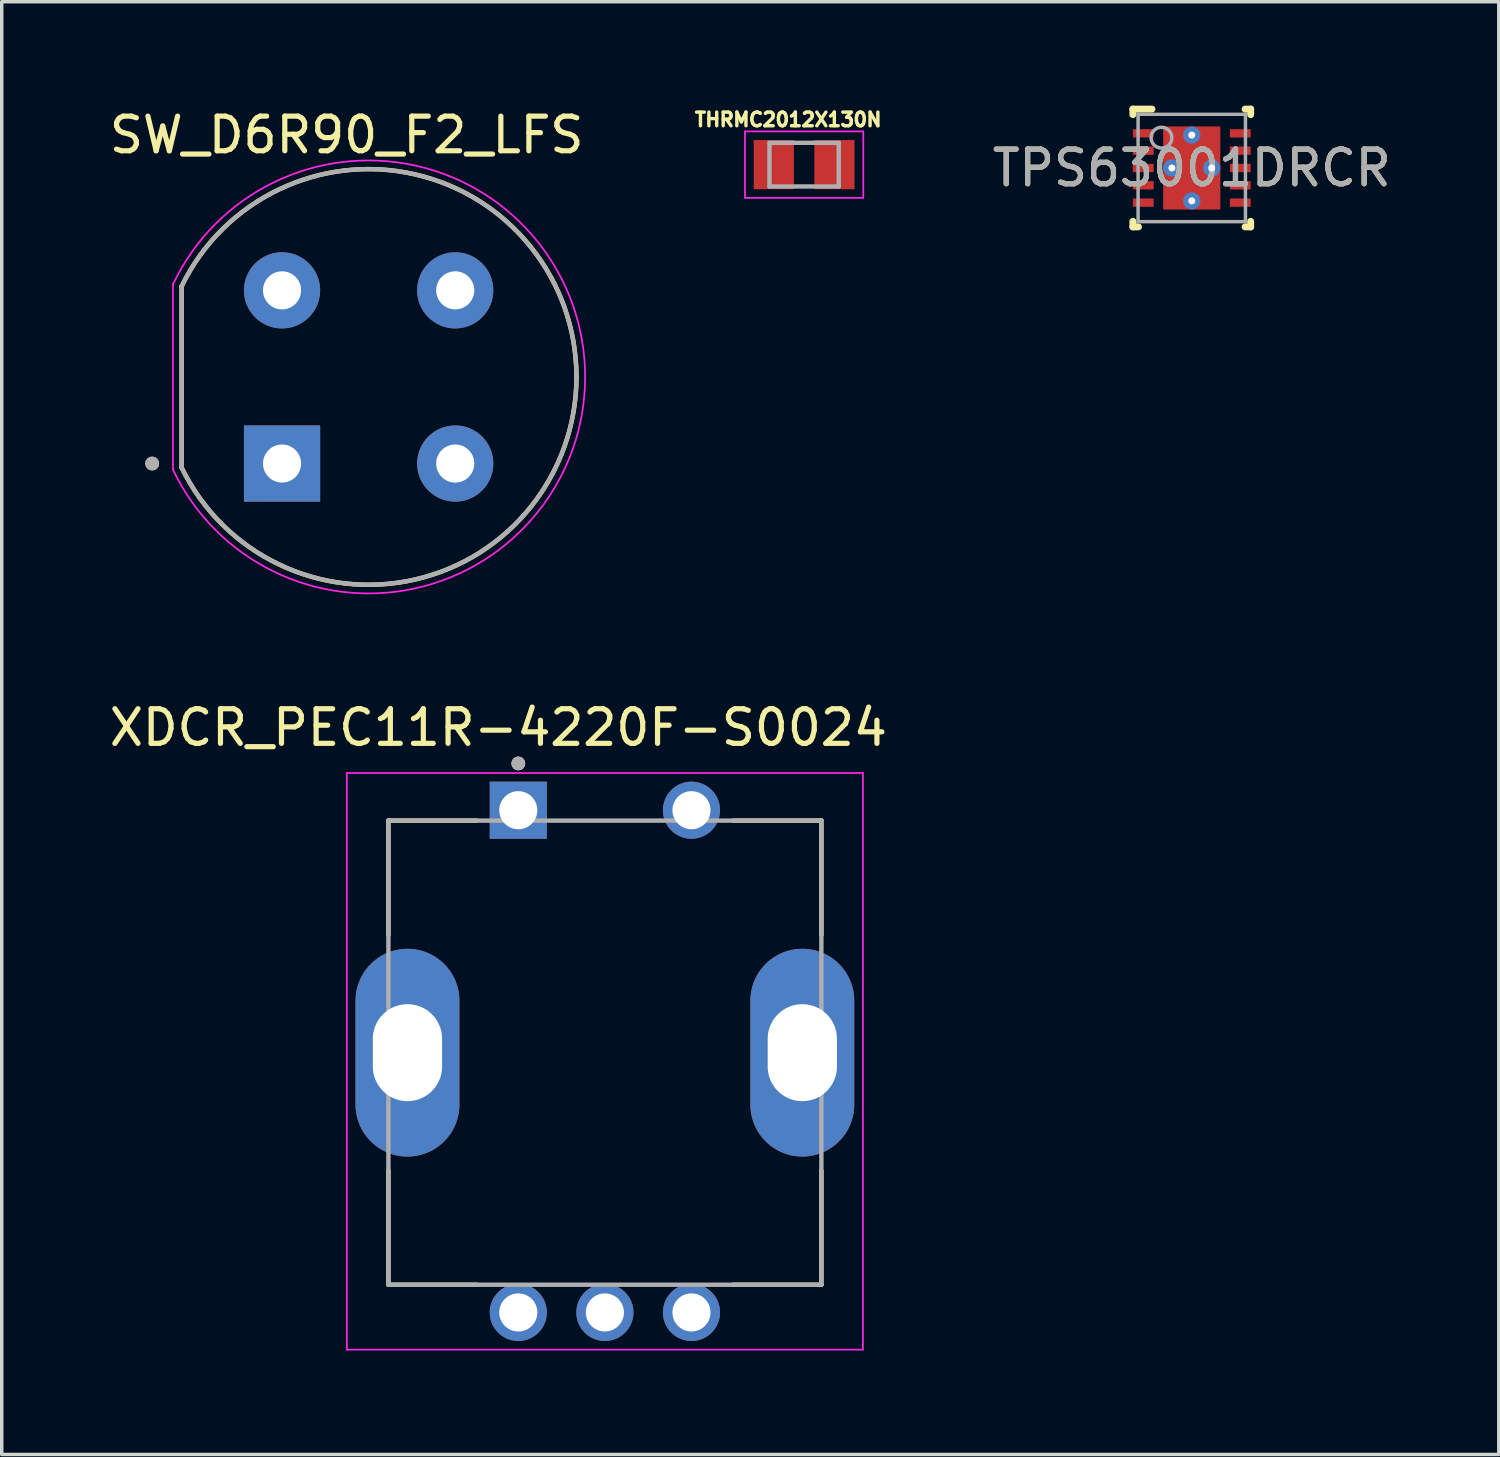
<source format=kicad_pcb>
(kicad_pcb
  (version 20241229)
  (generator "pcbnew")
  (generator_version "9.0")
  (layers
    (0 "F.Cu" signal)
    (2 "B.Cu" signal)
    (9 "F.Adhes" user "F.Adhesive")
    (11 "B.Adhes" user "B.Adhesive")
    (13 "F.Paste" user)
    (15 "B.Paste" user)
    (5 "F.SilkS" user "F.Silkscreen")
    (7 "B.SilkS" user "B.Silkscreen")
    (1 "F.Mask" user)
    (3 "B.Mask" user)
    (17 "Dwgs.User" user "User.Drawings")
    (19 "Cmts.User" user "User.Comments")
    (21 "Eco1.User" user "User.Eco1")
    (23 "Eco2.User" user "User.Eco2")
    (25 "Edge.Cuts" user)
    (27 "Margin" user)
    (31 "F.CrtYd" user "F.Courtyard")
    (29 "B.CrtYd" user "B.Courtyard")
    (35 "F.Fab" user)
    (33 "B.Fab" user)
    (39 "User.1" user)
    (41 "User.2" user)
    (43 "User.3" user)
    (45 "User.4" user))
  (footprint "THRMC2012X130N"
    (layer "F.Cu")
    (at 20.166 1.703)
    (property "Reference" "THRMC2012X130N" (at -0.46 -1.3 0) (layer "F.SilkS") (effects (font (size 0.394 0.394) (thickness 0.15))))
    (attr smd)
    (fp_line (start -1.708 -0.96) (end 1.708 -0.96) (stroke (width 0.05) (type solid)) (layer "F.CrtYd"))
    (fp_line (start -1.708 0.96) (end -1.708 -0.96) (stroke (width 0.05) (type solid)) (layer "F.CrtYd"))
    (fp_line (start -1.708 0.96) (end 1.708 0.96) (stroke (width 0.05) (type solid)) (layer "F.CrtYd"))
    (fp_line (start 1.708 0.96) (end 1.708 -0.96) (stroke (width 0.05) (type solid)) (layer "F.CrtYd"))
    (fp_line (start -1 0.63) (end -1 -0.63) (stroke (width 0.127) (type solid)) (layer "F.Fab"))
    (fp_line (start 1 -0.63) (end -1 -0.63) (stroke (width 0.127) (type solid)) (layer "F.Fab"))
    (fp_line (start 1 0.63) (end -1 0.63) (stroke (width 0.127) (type solid)) (layer "F.Fab"))
    (fp_line (start 1 0.63) (end 1 -0.63) (stroke (width 0.127) (type solid)) (layer "F.Fab"))
    (pad "1" smd rect (at -0.875 0) (size 1.16 1.42) (layers "F.Cu" "F.Mask" "F.Paste"))
    (pad "2" smd rect (at 0.875 0) (size 1.16 1.42) (layers "F.Cu" "F.Mask" "F.Paste")))
  (footprint "TPS63001DRCR"
    (layer "F.Cu")
    (at 31.358 1.8)
    (property "Reference" "TPS63001DRCR" (at 0 0 0) (unlocked yes) (layer "F.SilkS") (effects (font (size 1 1) (thickness 0.15))))
    (attr smd)
    (fp_line (start -1.7 1.7) (end -1.7 1.54) (stroke (width 0.2) (type solid)) (layer "F.SilkS"))
    (fp_line (start -1.7 1.7) (end -1.54 1.7) (stroke (width 0.2) (type solid)) (layer "F.SilkS"))
    (fp_line (start -1.7 -1.7) (end -1.15 -1.7) (stroke (width 0.2) (type solid)) (layer "F.SilkS"))
    (fp_line (start -1.7 -1.54) (end -1.7 -1.7) (stroke (width 0.2) (type solid)) (layer "F.SilkS"))
    (fp_line (start 1.54 -1.7) (end 1.7 -1.7) (stroke (width 0.2) (type solid)) (layer "F.SilkS"))
    (fp_line (start 1.54 1.7) (end 1.7 1.7) (stroke (width 0.2) (type solid)) (layer "F.SilkS"))
    (fp_line (start 1.7 -1.54) (end 1.7 -1.7) (stroke (width 0.2) (type solid)) (layer "F.SilkS"))
    (fp_line (start 1.7 1.7) (end 1.7 1.54) (stroke (width 0.2) (type solid)) (layer "F.SilkS"))
    (fp_poly (pts (xy -0.75 -0.1) (xy 0.75 -0.1) (xy 0.75 -1.16) (xy -0.75 -1.16)) (stroke (width 0) (type solid)) (fill yes) (layer "F.Paste"))
    (fp_poly (pts (xy -0.75 1.16) (xy 0.75 1.16) (xy 0.75 0.1) (xy -0.75 0.1)) (stroke (width 0) (type solid)) (fill yes) (layer "F.Paste"))
    (fp_line (start -1.55 -1.55) (end 1.55 -1.55) (stroke (width 0.1) (type solid)) (layer "F.Fab"))
    (fp_line (start -1.55 1.55) (end -1.55 -1.55) (stroke (width 0.1) (type solid)) (layer "F.Fab"))
    (fp_line (start -1.55 1.55) (end 1.55 1.55) (stroke (width 0.1) (type solid)) (layer "F.Fab"))
    (fp_line (start 1.55 1.55) (end 1.55 -1.55) (stroke (width 0.1) (type solid)) (layer "F.Fab"))
    (fp_circle (center -0.875 -0.875) (end -0.575 -0.875) (stroke (width 0.1) (type solid)) (fill no) (layer "F.Fab"))
    (fp_text user "${REFERENCE}" (at 0 0 0) (unlocked yes) (layer "F.Fab") (effects (font (size 1 1) (thickness 0.15))))
    (pad "1" smd rect (at -1.4 -1 90) (size 0.24 0.6) (layers "F.Cu" "F.Mask" "F.Paste"))
    (pad "2" smd rect (at -1.4 -0.5 90) (size 0.24 0.6) (layers "F.Cu" "F.Mask" "F.Paste"))
    (pad "3" smd rect (at -1.4 0 90) (size 0.24 0.6) (layers "F.Cu" "F.Mask" "F.Paste"))
    (pad "4" smd rect (at -1.4 0.5 90) (size 0.24 0.6) (layers "F.Cu" "F.Mask" "F.Paste"))
    (pad "5" smd rect (at -1.4 1 90) (size 0.24 0.6) (layers "F.Cu" "F.Mask" "F.Paste"))
    (pad "6" smd rect (at 1.4 1 90) (size 0.24 0.6) (layers "F.Cu" "F.Mask" "F.Paste"))
    (pad "7" smd rect (at 1.4 0.5 90) (size 0.24 0.6) (layers "F.Cu" "F.Mask" "F.Paste"))
    (pad "8" smd rect (at 1.4 0 90) (size 0.24 0.6) (layers "F.Cu" "F.Mask" "F.Paste"))
    (pad "9" smd rect (at 1.4 -0.5 90) (size 0.24 0.6) (layers "F.Cu" "F.Mask" "F.Paste"))
    (pad "10" smd rect (at 1.4 -1 90) (size 0.24 0.6) (layers "F.Cu" "F.Mask" "F.Paste"))
    (pad "11" smd rect (at 0.000003 0) (size 1.65 2.4) (layers "F.Cu" "F.Mask"))
    (pad "V" thru_hole circle (at -0.575 0) (size 0.5 0.5) (drill 0.203) (layers "*.Cu" "*.Mask"))
    (pad "V" thru_hole circle (at 0 -0.95) (size 0.5 0.5) (drill 0.203) (layers "*.Cu" "*.Mask"))
    (pad "V" thru_hole circle (at 0 0.95) (size 0.5 0.5) (drill 0.203) (layers "*.Cu" "*.Mask"))
    (pad "V" thru_hole circle (at 0.575 0) (size 0.5 0.5) (drill 0.203) (layers "*.Cu" "*.Mask")))
  (footprint "XDCR_PEC11R-4220F-S0024"
    (layer "F.Cu")
    (at 14.414 27.342)
    (property "Reference" "XDCR_PEC11R-4220F-S0024" (at -3.075 -9.385 0) (layer "F.SilkS") (effects (font (size 1 1) (thickness 0.15))))
    (attr through_hole)
    (fp_line (start -6.25 -6.7) (end -3.7 -6.7) (stroke (width 0.127) (type solid)) (layer "F.SilkS"))
    (fp_line (start -6.25 -3.4) (end -6.25 -6.7) (stroke (width 0.127) (type solid)) (layer "F.SilkS"))
    (fp_line (start -6.25 3.4) (end -6.25 6.7) (stroke (width 0.127) (type solid)) (layer "F.SilkS"))
    (fp_line (start -6.25 6.7) (end -3.7 6.7) (stroke (width 0.127) (type solid)) (layer "F.SilkS"))
    (fp_line (start 3.7 -6.7) (end 6.25 -6.7) (stroke (width 0.127) (type solid)) (layer "F.SilkS"))
    (fp_line (start 3.7 6.7) (end 6.25 6.7) (stroke (width 0.127) (type solid)) (layer "F.SilkS"))
    (fp_line (start 6.25 -6.7) (end 6.25 -3.4) (stroke (width 0.127) (type solid)) (layer "F.SilkS"))
    (fp_line (start 6.25 6.7) (end 6.25 3.4) (stroke (width 0.127) (type solid)) (layer "F.SilkS"))
    (fp_circle (center -2.5 -8.35) (end -2.4 -8.35) (stroke (width 0.2) (type solid)) (fill no) (layer "F.SilkS"))
    (fp_line (start -7.45 -8.075) (end -7.45 8.575) (stroke (width 0.05) (type solid)) (layer "F.CrtYd"))
    (fp_line (start -7.45 8.575) (end 7.45 8.575) (stroke (width 0.05) (type solid)) (layer "F.CrtYd"))
    (fp_line (start 7.45 -8.075) (end -7.45 -8.075) (stroke (width 0.05) (type solid)) (layer "F.CrtYd"))
    (fp_line (start 7.45 8.575) (end 7.45 -8.075) (stroke (width 0.05) (type solid)) (layer "F.CrtYd"))
    (fp_line (start -6.25 -6.7) (end 6.25 -6.7) (stroke (width 0.127) (type solid)) (layer "F.Fab"))
    (fp_line (start -6.25 6.7) (end -6.25 -6.7) (stroke (width 0.127) (type solid)) (layer "F.Fab"))
    (fp_line (start 6.25 -6.7) (end 6.25 6.7) (stroke (width 0.127) (type solid)) (layer "F.Fab"))
    (fp_line (start 6.25 6.7) (end -6.25 6.7) (stroke (width 0.127) (type solid)) (layer "F.Fab"))
    (fp_circle (center -2.5 -8.35) (end -2.4 -8.35) (stroke (width 0.2) (type solid)) (fill no) (layer "F.Fab"))
    (pad "1" thru_hole rect (at -2.5 -7) (size 1.65 1.65) (drill 1.1) (layers "*.Cu" "*.Mask"))
    (pad "2" thru_hole circle (at 2.5 -7) (size 1.65 1.65) (drill 1.1) (layers "*.Cu" "*.Mask"))
    (pad "A" thru_hole circle (at -2.5 7.5) (size 1.65 1.65) (drill 1.1) (layers "*.Cu" "*.Mask"))
    (pad "B" thru_hole circle (at 2.5 7.5) (size 1.65 1.65) (drill 1.1) (layers "*.Cu" "*.Mask"))
    (pad "C" thru_hole circle (at 0 7.5) (size 1.65 1.65) (drill 1.1) (layers "*.Cu" "*.Mask"))
    (pad "SH1" thru_hole oval (at -5.7 0) (size 3 6) (drill oval 2 2.8) (layers "*.Cu" "*.Mask"))
    (pad "SH2" thru_hole oval (at 5.7 0) (size 3 6) (drill oval 2 2.8) (layers "*.Cu" "*.Mask")))
  (footprint "SW_D6R90_F2_LFS"
    (layer "F.Cu")
    (at 7.593 7.833)
    (property "Reference" "SW_D6R90_F2_LFS" (at -0.635 -6.985 0) (layer "F.SilkS") (effects (font (size 1 1) (thickness 0.15))))
    (attr through_hole)
    (fp_line (start -5.4 2.615) (end -5.4 -2.615) (stroke (width 0.127) (type solid)) (layer "F.SilkS"))
    (fp_arc (start -5.4 -2.61534) (mid 5.999972 0) (end -5.4 2.61534) (stroke (width 0.127) (type solid)) (layer "F.SilkS"))
    (fp_circle (center -6.25 2.5) (end -6.15 2.5) (stroke (width 0.2) (type solid)) (fill no) (layer "F.SilkS"))
    (fp_line (start -5.65 2.672) (end -5.65 -2.672) (stroke (width 0.05) (type solid)) (layer "F.CrtYd"))
    (fp_arc (start -5.65 -2.67208) (mid 6.250041 0) (end -5.65 2.67208) (stroke (width 0.05) (type solid)) (layer "F.CrtYd"))
    (fp_line (start -5.4 2.615) (end -5.4 -2.615) (stroke (width 0.127) (type solid)) (layer "F.Fab"))
    (fp_arc (start -5.4 -2.61534) (mid 5.999972 0) (end -5.4 2.61534) (stroke (width 0.127) (type solid)) (layer "F.Fab"))
    (fp_circle (center -6.25 2.5) (end -6.15 2.5) (stroke (width 0.2) (type solid)) (fill no) (layer "F.Fab"))
    (pad "1" thru_hole rect (at -2.5 2.5) (size 2.2 2.2) (drill 1.1) (layers "*.Cu" "*.Mask"))
    (pad "2" thru_hole circle (at 2.5 2.5) (size 2.2 2.2) (drill 1.1) (layers "*.Cu" "*.Mask"))
    (pad "3" thru_hole circle (at -2.5 -2.5) (size 2.2 2.2) (drill 1.1) (layers "*.Cu" "*.Mask"))
    (pad "4" thru_hole circle (at 2.5 -2.5) (size 2.2 2.2) (drill 1.1) (layers "*.Cu" "*.Mask")))
  (gr_rect
    (start -3 -3)
    (end 40.221 38.942)
    (stroke (width 0.1) (type default))
    (fill no)
    (layer "Edge.Cuts")))
</source>
